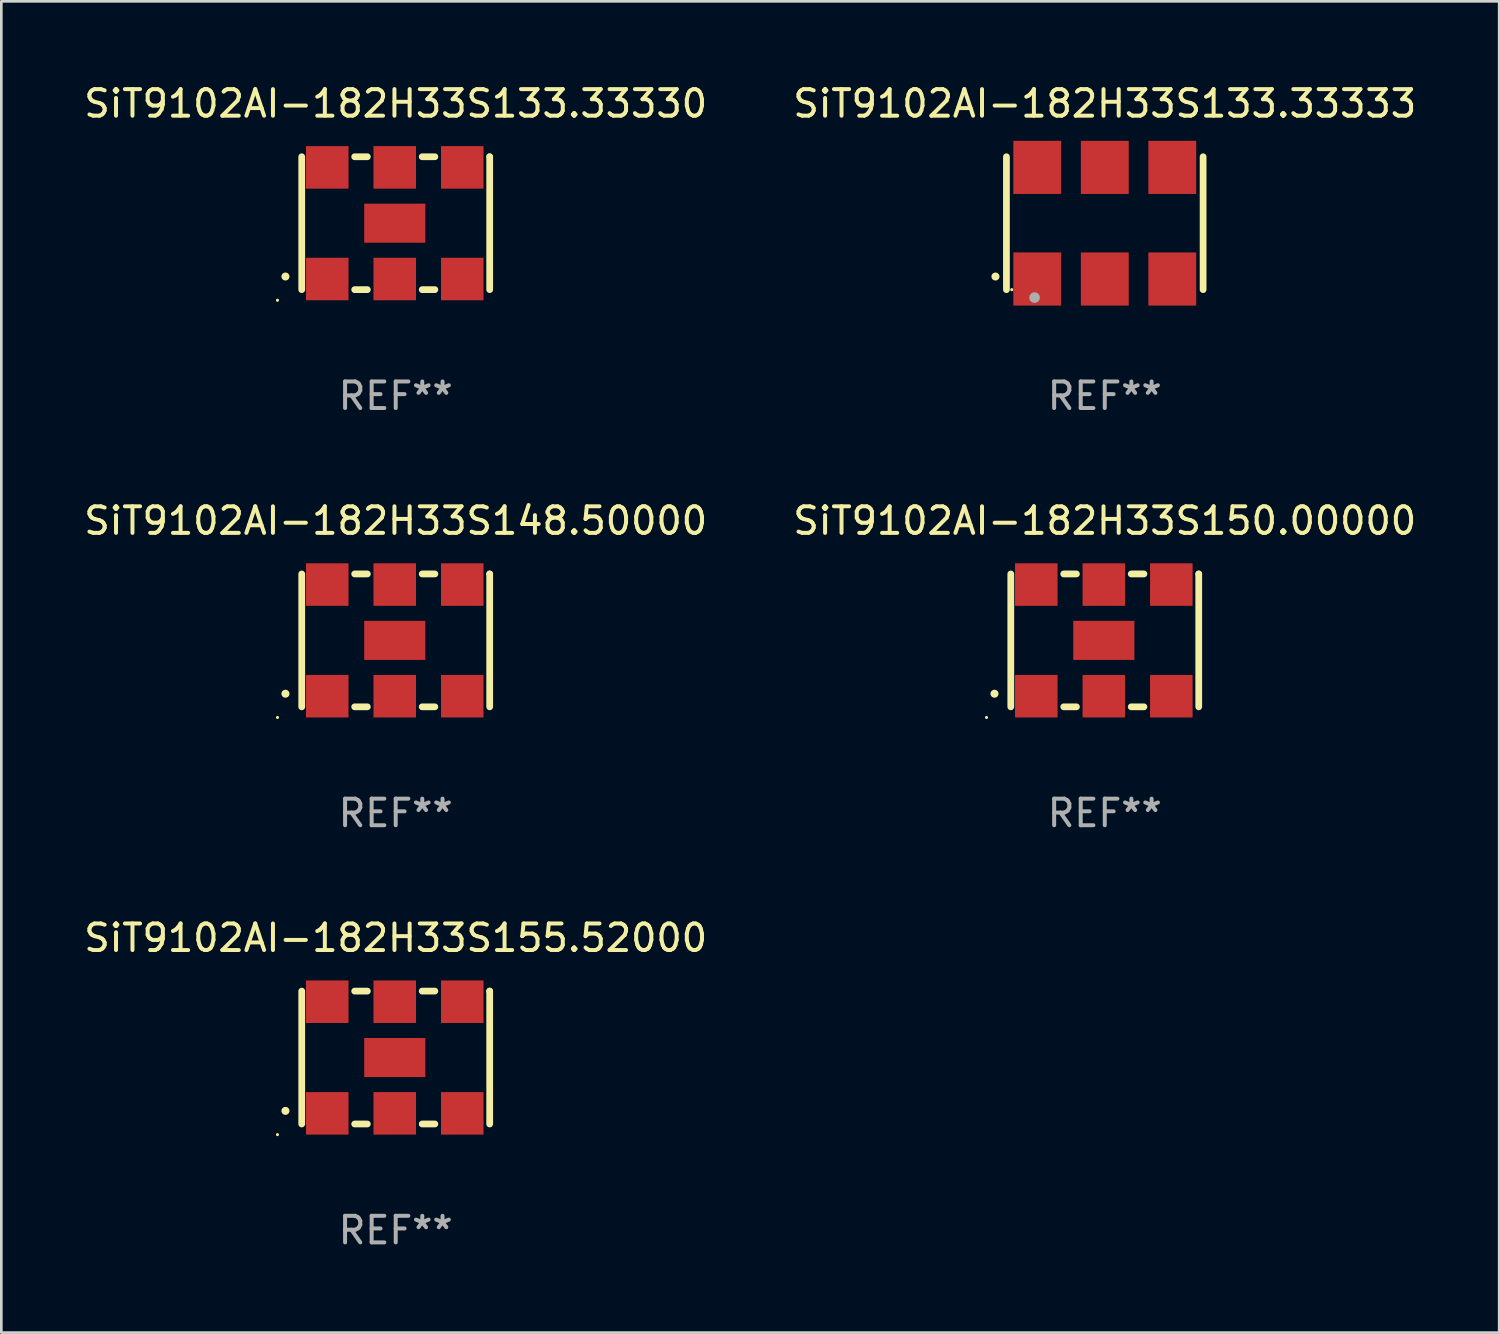
<source format=kicad_pcb>
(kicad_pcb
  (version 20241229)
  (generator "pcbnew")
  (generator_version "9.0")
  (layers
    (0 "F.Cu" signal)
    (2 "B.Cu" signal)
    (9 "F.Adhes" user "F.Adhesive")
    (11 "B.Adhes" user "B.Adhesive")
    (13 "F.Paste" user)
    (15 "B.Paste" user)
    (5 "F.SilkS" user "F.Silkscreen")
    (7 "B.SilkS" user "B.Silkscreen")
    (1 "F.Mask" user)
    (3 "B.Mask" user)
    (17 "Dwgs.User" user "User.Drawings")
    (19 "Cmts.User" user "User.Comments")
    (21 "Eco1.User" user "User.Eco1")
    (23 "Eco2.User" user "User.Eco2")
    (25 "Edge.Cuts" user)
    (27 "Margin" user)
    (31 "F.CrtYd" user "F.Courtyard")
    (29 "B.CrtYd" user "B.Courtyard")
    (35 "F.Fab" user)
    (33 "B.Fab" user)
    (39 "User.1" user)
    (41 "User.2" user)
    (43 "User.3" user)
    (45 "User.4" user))
  (footprint "SiT9102AI-182H33S133.33333"
    (layer "F.Cu")
    (at 38.518 5.348)
    (property "Reference" "SiT9102AI-182H33S133.33333" (at 0 -4.5 0) (layer "F.SilkS") (effects (font (size 1 1) (thickness 0.15))))
    (attr through_hole)
    (fp_line (start -3.7 -2.5) (end -3.7 2.5) (stroke (width 0.254) (type solid)) (layer "F.SilkS"))
    (fp_line (start 3.7 -2.5) (end 3.7 2.5) (stroke (width 0.254) (type solid)) (layer "F.SilkS"))
    (fp_arc (start -4.114415 2.006604) (mid -4.113145 2.006599) (end -4.111875 2.006604) (stroke (width 0.3) (type solid)) (layer "F.SilkS"))
    (fp_circle (center -3.5 2.501) (end -3.47 2.501) (stroke (width 0.06) (type solid)) (fill no) (layer "F.SilkS"))
    (fp_circle (center -2.641 2.799) (end -2.541 2.799) (stroke (width 0.2) (type solid)) (fill no) (layer "F.Fab"))
    (fp_text user "REF**" (at 0 6.5 0) (layer "F.Fab") (effects (font (size 1 1) (thickness 0.15))))
    (pad "1" smd rect (at -2.54 2.1) (size 1.8 2) (layers "F.Cu" "F.Mask" "F.Paste"))
    (pad "2" smd rect (at 0.000394 2.1) (size 1.8 2) (layers "F.Cu" "F.Mask" "F.Paste"))
    (pad "3" smd rect (at 2.54 2.1) (size 1.8 2) (layers "F.Cu" "F.Mask" "F.Paste"))
    (pad "4" smd rect (at 2.54 -2.1) (size 1.8 2) (layers "F.Cu" "F.Mask" "F.Paste"))
    (pad "5" smd rect (at 0.000394 -2.1) (size 1.8 2) (layers "F.Cu" "F.Mask" "F.Paste"))
    (pad "6" smd rect (at -2.54 -2.1) (size 1.8 2) (layers "F.Cu" "F.Mask" "F.Paste")))
  (footprint "SiT9102AI-182H33S148.50000"
    (layer "F.Cu")
    (at 11.839 21.045)
    (property "Reference" "SiT9102AI-182H33S148.50000" (at 0 -4.5 0) (layer "F.SilkS") (effects (font (size 1 1) (thickness 0.15))))
    (attr through_hole)
    (fp_line (start -3.536 -2.5) (end -3.536 2.5) (stroke (width 0.254) (type solid)) (layer "F.SilkS"))
    (fp_line (start -1.544 2.5) (end -1.067 2.5) (stroke (width 0.254) (type solid)) (layer "F.SilkS"))
    (fp_line (start -1.067 -2.5) (end -1.544 -2.5) (stroke (width 0.254) (type solid)) (layer "F.SilkS"))
    (fp_line (start 0.996 2.5) (end 1.473 2.5) (stroke (width 0.254) (type solid)) (layer "F.SilkS"))
    (fp_line (start 1.473 -2.5) (end 0.996 -2.5) (stroke (width 0.254) (type solid)) (layer "F.SilkS"))
    (fp_line (start 3.536 -2.5) (end 3.536 -2.5) (stroke (width 0.254) (type solid)) (layer "F.SilkS"))
    (fp_line (start 3.536 2.5) (end 3.536 -2.5) (stroke (width 0.254) (type solid)) (layer "F.SilkS"))
    (fp_arc (start -4.150432 2.006604) (mid -4.149162 2.006599) (end -4.147892 2.006604) (stroke (width 0.3) (type solid)) (layer "F.SilkS"))
    (fp_circle (center -4.449 2.9) (end -4.419 2.9) (stroke (width 0.06) (type solid)) (fill no) (layer "F.SilkS"))
    (fp_text user "REF**" (at 0 6.5 0) (layer "F.Fab") (effects (font (size 1 1) (thickness 0.15))))
    (pad "1" smd rect (at -2.576 2.1) (size 1.6 1.6) (layers "F.Cu" "F.Mask" "F.Paste"))
    (pad "2" smd rect (at -0.036 2.1) (size 1.6 1.6) (layers "F.Cu" "F.Mask" "F.Paste"))
    (pad "3" smd rect (at 2.504 2.1) (size 1.6 1.6) (layers "F.Cu" "F.Mask" "F.Paste"))
    (pad "4" smd rect (at 2.504 -2.1) (size 1.6 1.6) (layers "F.Cu" "F.Mask" "F.Paste"))
    (pad "5" smd rect (at -0.036 -2.1) (size 1.6 1.6) (layers "F.Cu" "F.Mask" "F.Paste"))
    (pad "6" smd rect (at -2.576 -2.1) (size 1.6 1.6) (layers "F.Cu" "F.Mask" "F.Paste"))
    (pad "7" smd rect (at -0.036 0) (size 2.3 1.47) (layers "F.Cu" "F.Mask" "F.Paste")))
  (footprint "SiT9102AI-182H33S155.52000"
    (layer "F.Cu")
    (at 11.839 36.741)
    (property "Reference" "SiT9102AI-182H33S155.52000" (at 0 -4.5 0) (layer "F.SilkS") (effects (font (size 1 1) (thickness 0.15))))
    (attr through_hole)
    (fp_line (start -3.536 -2.5) (end -3.536 2.5) (stroke (width 0.254) (type solid)) (layer "F.SilkS"))
    (fp_line (start -1.544 2.5) (end -1.067 2.5) (stroke (width 0.254) (type solid)) (layer "F.SilkS"))
    (fp_line (start -1.067 -2.5) (end -1.544 -2.5) (stroke (width 0.254) (type solid)) (layer "F.SilkS"))
    (fp_line (start 0.996 2.5) (end 1.473 2.5) (stroke (width 0.254) (type solid)) (layer "F.SilkS"))
    (fp_line (start 1.473 -2.5) (end 0.996 -2.5) (stroke (width 0.254) (type solid)) (layer "F.SilkS"))
    (fp_line (start 3.536 -2.5) (end 3.536 -2.5) (stroke (width 0.254) (type solid)) (layer "F.SilkS"))
    (fp_line (start 3.536 2.5) (end 3.536 -2.5) (stroke (width 0.254) (type solid)) (layer "F.SilkS"))
    (fp_arc (start -4.150432 2.006604) (mid -4.149162 2.006599) (end -4.147892 2.006604) (stroke (width 0.3) (type solid)) (layer "F.SilkS"))
    (fp_circle (center -4.449 2.9) (end -4.419 2.9) (stroke (width 0.06) (type solid)) (fill no) (layer "F.SilkS"))
    (fp_text user "REF**" (at 0 6.5 0) (layer "F.Fab") (effects (font (size 1 1) (thickness 0.15))))
    (pad "1" smd rect (at -2.576 2.1) (size 1.6 1.6) (layers "F.Cu" "F.Mask" "F.Paste"))
    (pad "2" smd rect (at -0.036 2.1) (size 1.6 1.6) (layers "F.Cu" "F.Mask" "F.Paste"))
    (pad "3" smd rect (at 2.504 2.1) (size 1.6 1.6) (layers "F.Cu" "F.Mask" "F.Paste"))
    (pad "4" smd rect (at 2.504 -2.1) (size 1.6 1.6) (layers "F.Cu" "F.Mask" "F.Paste"))
    (pad "5" smd rect (at -0.036 -2.1) (size 1.6 1.6) (layers "F.Cu" "F.Mask" "F.Paste"))
    (pad "6" smd rect (at -2.576 -2.1) (size 1.6 1.6) (layers "F.Cu" "F.Mask" "F.Paste"))
    (pad "7" smd rect (at -0.036 0) (size 2.3 1.47) (layers "F.Cu" "F.Mask" "F.Paste")))
  (footprint "SiT9102AI-182H33S150.00000"
    (layer "F.Cu")
    (at 38.518 21.045)
    (property "Reference" "SiT9102AI-182H33S150.00000" (at 0 -4.5 0) (layer "F.SilkS") (effects (font (size 1 1) (thickness 0.15))))
    (attr through_hole)
    (fp_line (start -3.536 -2.5) (end -3.536 2.5) (stroke (width 0.254) (type solid)) (layer "F.SilkS"))
    (fp_line (start -1.544 2.5) (end -1.067 2.5) (stroke (width 0.254) (type solid)) (layer "F.SilkS"))
    (fp_line (start -1.067 -2.5) (end -1.544 -2.5) (stroke (width 0.254) (type solid)) (layer "F.SilkS"))
    (fp_line (start 0.996 2.5) (end 1.473 2.5) (stroke (width 0.254) (type solid)) (layer "F.SilkS"))
    (fp_line (start 1.473 -2.5) (end 0.996 -2.5) (stroke (width 0.254) (type solid)) (layer "F.SilkS"))
    (fp_line (start 3.536 -2.5) (end 3.536 -2.5) (stroke (width 0.254) (type solid)) (layer "F.SilkS"))
    (fp_line (start 3.536 2.5) (end 3.536 -2.5) (stroke (width 0.254) (type solid)) (layer "F.SilkS"))
    (fp_arc (start -4.150432 2.006604) (mid -4.149162 2.006599) (end -4.147892 2.006604) (stroke (width 0.3) (type solid)) (layer "F.SilkS"))
    (fp_circle (center -4.449 2.9) (end -4.419 2.9) (stroke (width 0.06) (type solid)) (fill no) (layer "F.SilkS"))
    (fp_text user "REF**" (at 0 6.5 0) (layer "F.Fab") (effects (font (size 1 1) (thickness 0.15))))
    (pad "1" smd rect (at -2.576 2.1) (size 1.6 1.6) (layers "F.Cu" "F.Mask" "F.Paste"))
    (pad "2" smd rect (at -0.036 2.1) (size 1.6 1.6) (layers "F.Cu" "F.Mask" "F.Paste"))
    (pad "3" smd rect (at 2.504 2.1) (size 1.6 1.6) (layers "F.Cu" "F.Mask" "F.Paste"))
    (pad "4" smd rect (at 2.504 -2.1) (size 1.6 1.6) (layers "F.Cu" "F.Mask" "F.Paste"))
    (pad "5" smd rect (at -0.036 -2.1) (size 1.6 1.6) (layers "F.Cu" "F.Mask" "F.Paste"))
    (pad "6" smd rect (at -2.576 -2.1) (size 1.6 1.6) (layers "F.Cu" "F.Mask" "F.Paste"))
    (pad "7" smd rect (at -0.036 0) (size 2.3 1.47) (layers "F.Cu" "F.Mask" "F.Paste")))
  (footprint "SiT9102AI-182H33S133.33330"
    (layer "F.Cu")
    (at 11.839 5.348)
    (property "Reference" "SiT9102AI-182H33S133.33330" (at 0 -4.5 0) (layer "F.SilkS") (effects (font (size 1 1) (thickness 0.15))))
    (attr through_hole)
    (fp_line (start -3.536 -2.5) (end -3.536 2.5) (stroke (width 0.254) (type solid)) (layer "F.SilkS"))
    (fp_line (start -1.544 2.5) (end -1.067 2.5) (stroke (width 0.254) (type solid)) (layer "F.SilkS"))
    (fp_line (start -1.067 -2.5) (end -1.544 -2.5) (stroke (width 0.254) (type solid)) (layer "F.SilkS"))
    (fp_line (start 0.996 2.5) (end 1.473 2.5) (stroke (width 0.254) (type solid)) (layer "F.SilkS"))
    (fp_line (start 1.473 -2.5) (end 0.996 -2.5) (stroke (width 0.254) (type solid)) (layer "F.SilkS"))
    (fp_line (start 3.536 -2.5) (end 3.536 -2.5) (stroke (width 0.254) (type solid)) (layer "F.SilkS"))
    (fp_line (start 3.536 2.5) (end 3.536 -2.5) (stroke (width 0.254) (type solid)) (layer "F.SilkS"))
    (fp_arc (start -4.150432 2.006604) (mid -4.149162 2.006599) (end -4.147892 2.006604) (stroke (width 0.3) (type solid)) (layer "F.SilkS"))
    (fp_circle (center -4.449 2.9) (end -4.419 2.9) (stroke (width 0.06) (type solid)) (fill no) (layer "F.SilkS"))
    (fp_text user "REF**" (at 0 6.5 0) (layer "F.Fab") (effects (font (size 1 1) (thickness 0.15))))
    (pad "1" smd rect (at -2.576 2.1) (size 1.6 1.6) (layers "F.Cu" "F.Mask" "F.Paste"))
    (pad "2" smd rect (at -0.036 2.1) (size 1.6 1.6) (layers "F.Cu" "F.Mask" "F.Paste"))
    (pad "3" smd rect (at 2.504 2.1) (size 1.6 1.6) (layers "F.Cu" "F.Mask" "F.Paste"))
    (pad "4" smd rect (at 2.504 -2.1) (size 1.6 1.6) (layers "F.Cu" "F.Mask" "F.Paste"))
    (pad "5" smd rect (at -0.036 -2.1) (size 1.6 1.6) (layers "F.Cu" "F.Mask" "F.Paste"))
    (pad "6" smd rect (at -2.576 -2.1) (size 1.6 1.6) (layers "F.Cu" "F.Mask" "F.Paste"))
    (pad "7" smd rect (at -0.036 0) (size 2.3 1.47) (layers "F.Cu" "F.Mask" "F.Paste")))
  (gr_rect
    (start -3 -3)
    (end 53.357 47.09)
    (stroke (width 0.1) (type default))
    (fill no)
    (layer "Edge.Cuts")))
</source>
